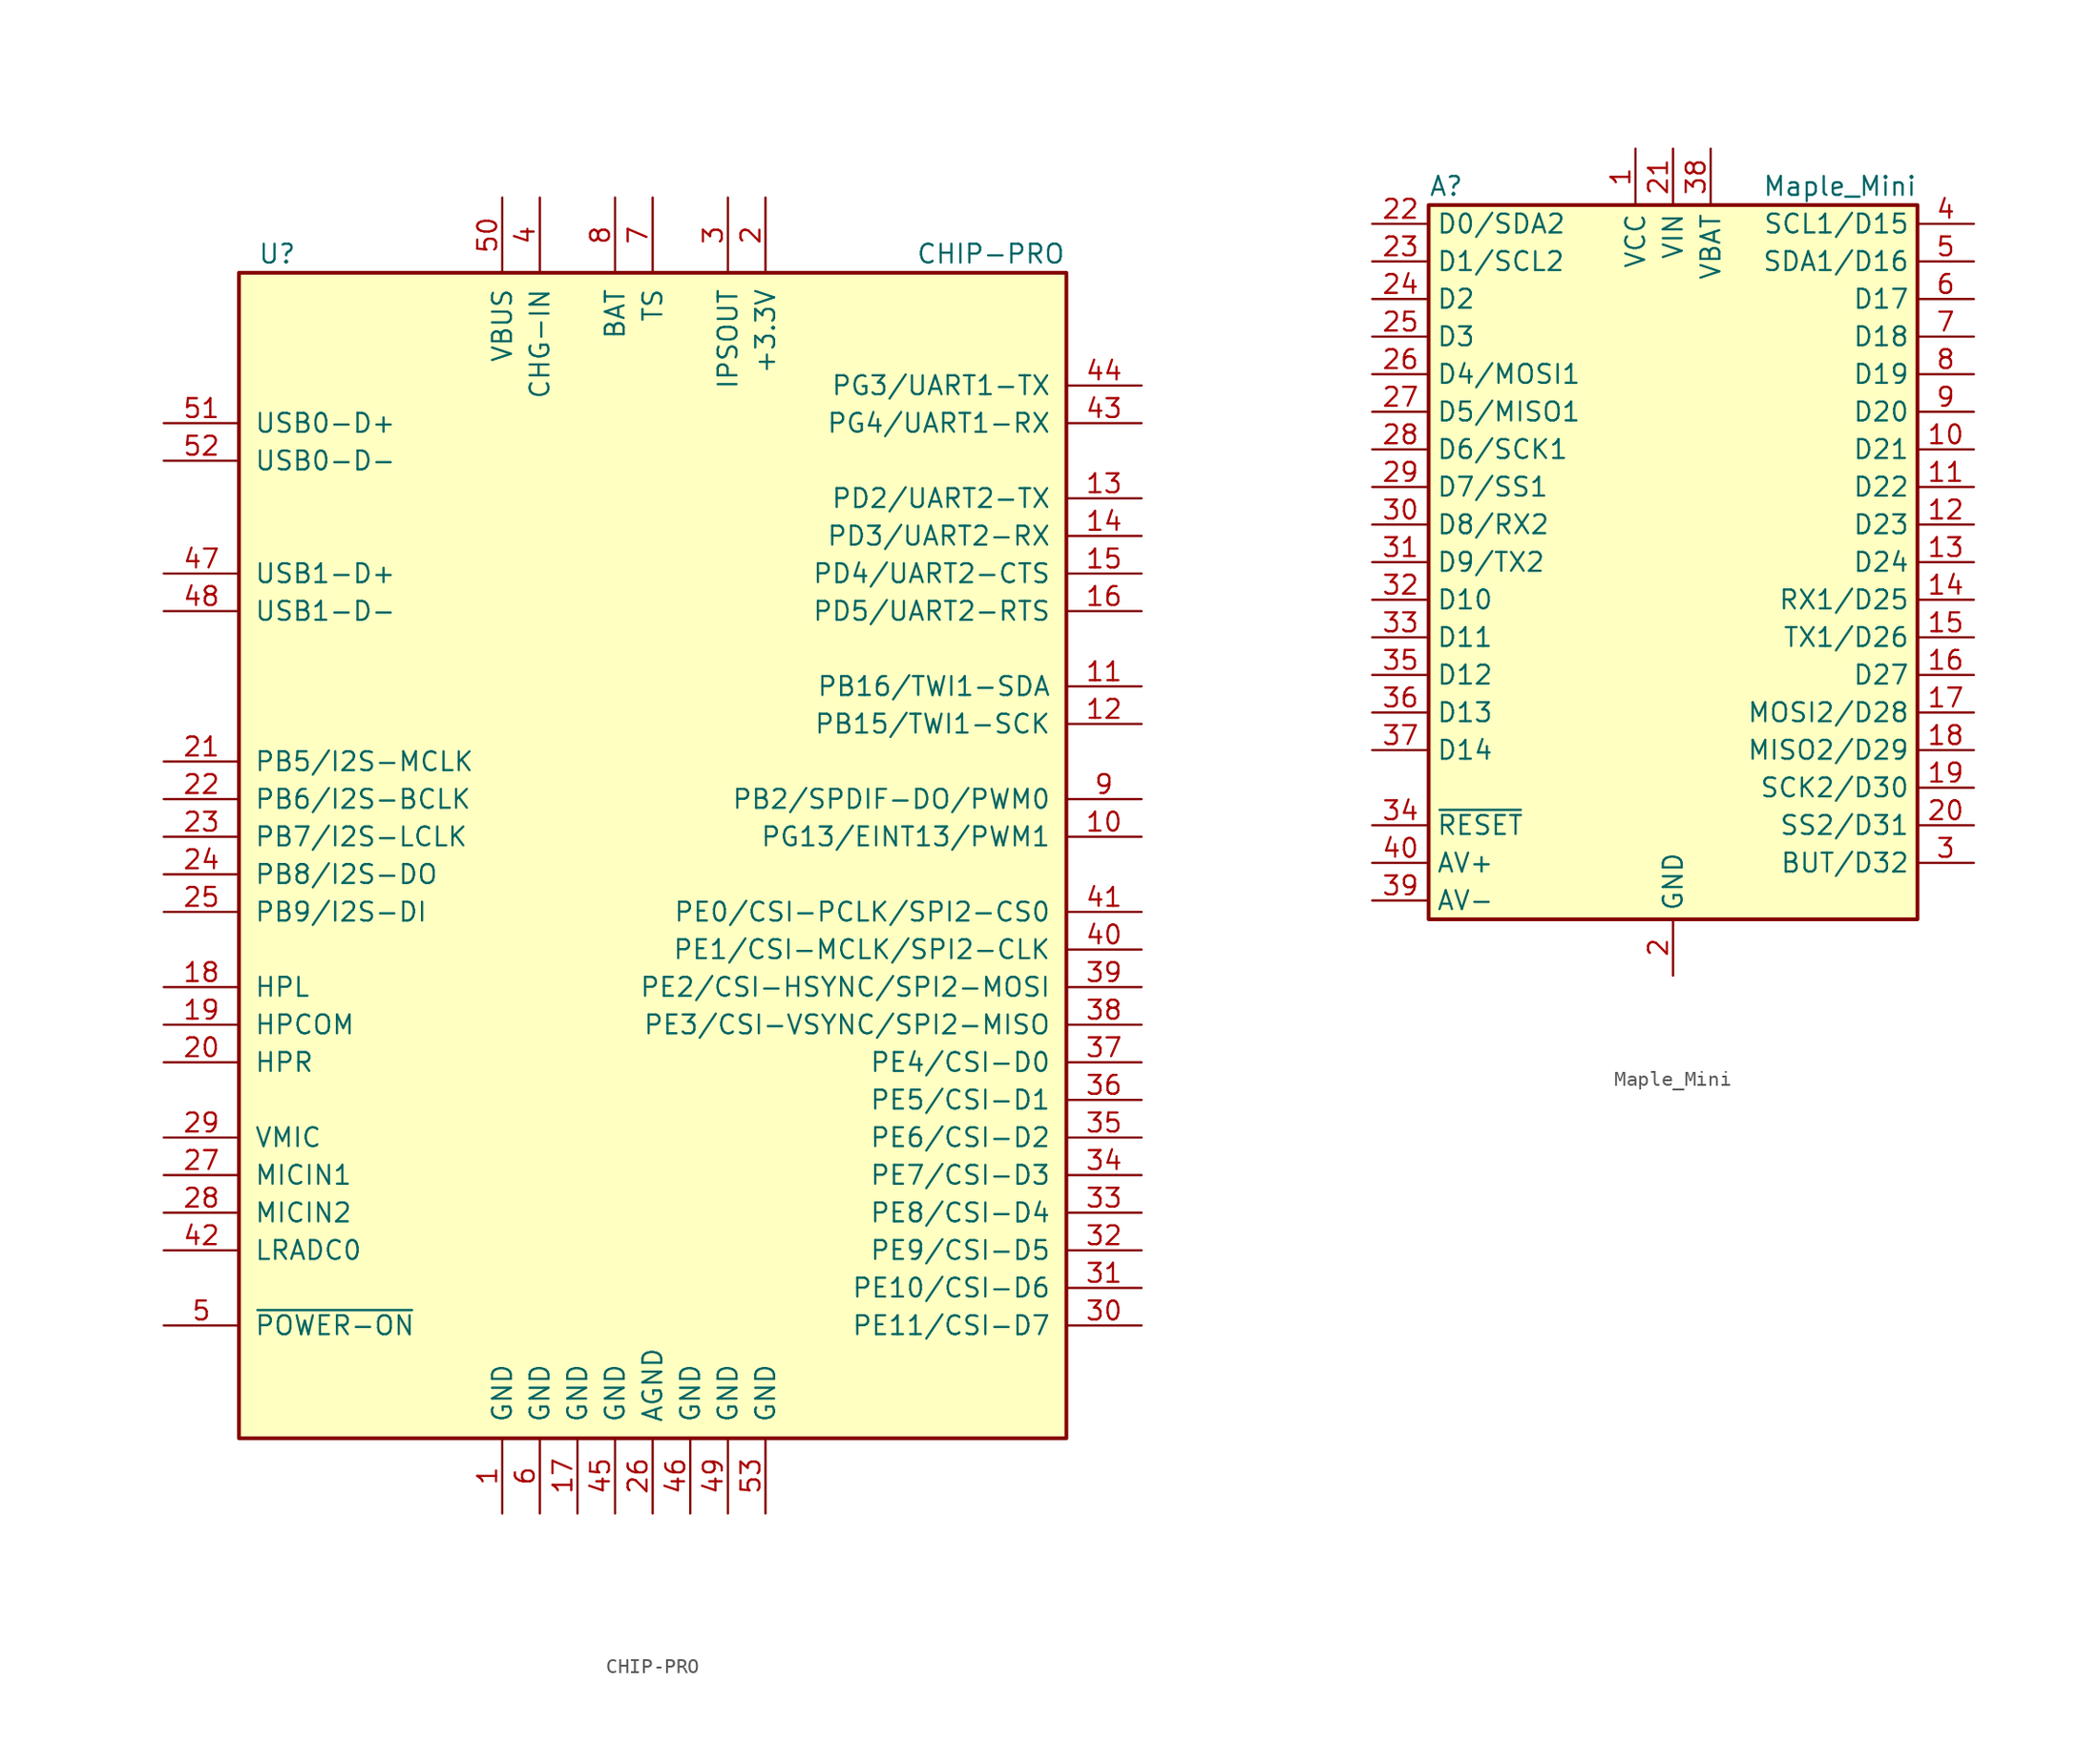
<source format=kicad_sym>
(kicad_symbol_lib
  (version 20201005)
  (generator kicad_symbol_editor)
  (symbol "MCU_Module:CHIP-PRO"
    (pin_names
      (offset 1.016))
    (property "Reference" "U"
      (at -26.67 39.37 0)
      (effects (font (size 1.27 1.27)) (justify left)))
    (property "Value" "CHIP-PRO"
      (at 17.78 39.37 0)
      (effects (font (size 1.27 1.27)) (justify left)))
    (symbol "CHIP-PRO_0_1"
      (rectangle (start -27.94 38.1) (end 27.94 -40.64) (stroke (width 0.254)) (fill (type background))))
    (symbol "CHIP-PRO_1_1"
      (pin power_in line (at -10.16 -45.72 90) (length 5.08) (name "GND" (effects (font (size 1.27 1.27)))) (number "1" (effects (font (size 1.27 1.27)))))
      (pin bidirectional line (at 33.02 0 180) (length 5.08) (name "PG13/EINT13/PWM1" (effects (font (size 1.27 1.27)))) (number "10" (effects (font (size 1.27 1.27)))))
      (pin bidirectional line (at 33.02 10.16 180) (length 5.08) (name "PB16/TWI1-SDA" (effects (font (size 1.27 1.27)))) (number "11" (effects (font (size 1.27 1.27)))))
      (pin bidirectional line (at 33.02 7.62 180) (length 5.08) (name "PB15/TWI1-SCK" (effects (font (size 1.27 1.27)))) (number "12" (effects (font (size 1.27 1.27)))))
      (pin bidirectional line (at 33.02 22.86 180) (length 5.08) (name "PD2/UART2-TX" (effects (font (size 1.27 1.27)))) (number "13" (effects (font (size 1.27 1.27)))))
      (pin bidirectional line (at 33.02 20.32 180) (length 5.08) (name "PD3/UART2-RX" (effects (font (size 1.27 1.27)))) (number "14" (effects (font (size 1.27 1.27)))))
      (pin bidirectional line (at 33.02 17.78 180) (length 5.08) (name "PD4/UART2-CTS" (effects (font (size 1.27 1.27)))) (number "15" (effects (font (size 1.27 1.27)))))
      (pin bidirectional line (at 33.02 15.24 180) (length 5.08) (name "PD5/UART2-RTS" (effects (font (size 1.27 1.27)))) (number "16" (effects (font (size 1.27 1.27)))))
      (pin power_in line (at -5.08 -45.72 90) (length 5.08) (name "GND" (effects (font (size 1.27 1.27)))) (number "17" (effects (font (size 1.27 1.27)))))
      (pin output line (at -33.02 -10.16 0) (length 5.08) (name "HPL" (effects (font (size 1.27 1.27)))) (number "18" (effects (font (size 1.27 1.27)))))
      (pin output line (at -33.02 -12.7 0) (length 5.08) (name "HPCOM" (effects (font (size 1.27 1.27)))) (number "19" (effects (font (size 1.27 1.27)))))
      (pin power_out line (at 7.62 43.18 270) (length 5.08) (name "+3.3V" (effects (font (size 1.27 1.27)))) (number "2" (effects (font (size 1.27 1.27)))))
      (pin output line (at -33.02 -15.24 0) (length 5.08) (name "HPR" (effects (font (size 1.27 1.27)))) (number "20" (effects (font (size 1.27 1.27)))))
      (pin bidirectional line (at -33.02 5.08 0) (length 5.08) (name "PB5/I2S-MCLK" (effects (font (size 1.27 1.27)))) (number "21" (effects (font (size 1.27 1.27)))))
      (pin bidirectional line (at -33.02 2.54 0) (length 5.08) (name "PB6/I2S-BCLK" (effects (font (size 1.27 1.27)))) (number "22" (effects (font (size 1.27 1.27)))))
      (pin bidirectional line (at -33.02 0 0) (length 5.08) (name "PB7/I2S-LCLK" (effects (font (size 1.27 1.27)))) (number "23" (effects (font (size 1.27 1.27)))))
      (pin bidirectional line (at -33.02 -2.54 0) (length 5.08) (name "PB8/I2S-DO" (effects (font (size 1.27 1.27)))) (number "24" (effects (font (size 1.27 1.27)))))
      (pin bidirectional line (at -33.02 -5.08 0) (length 5.08) (name "PB9/I2S-DI" (effects (font (size 1.27 1.27)))) (number "25" (effects (font (size 1.27 1.27)))))
      (pin power_in line (at 0 -45.72 90) (length 5.08) (name "AGND" (effects (font (size 1.27 1.27)))) (number "26" (effects (font (size 1.27 1.27)))))
      (pin input line (at -33.02 -22.86 0) (length 5.08) (name "MICIN1" (effects (font (size 1.27 1.27)))) (number "27" (effects (font (size 1.27 1.27)))))
      (pin input line (at -33.02 -25.4 0) (length 5.08) (name "MICIN2" (effects (font (size 1.27 1.27)))) (number "28" (effects (font (size 1.27 1.27)))))
      (pin unspecified line (at -33.02 -20.32 0) (length 5.08) (name "VMIC" (effects (font (size 1.27 1.27)))) (number "29" (effects (font (size 1.27 1.27)))))
      (pin power_out line (at 5.08 43.18 270) (length 5.08) (name "IPSOUT" (effects (font (size 1.27 1.27)))) (number "3" (effects (font (size 1.27 1.27)))))
      (pin bidirectional line (at 33.02 -33.02 180) (length 5.08) (name "PE11/CSI-D7" (effects (font (size 1.27 1.27)))) (number "30" (effects (font (size 1.27 1.27)))))
      (pin bidirectional line (at 33.02 -30.48 180) (length 5.08) (name "PE10/CSI-D6" (effects (font (size 1.27 1.27)))) (number "31" (effects (font (size 1.27 1.27)))))
      (pin bidirectional line (at 33.02 -27.94 180) (length 5.08) (name "PE9/CSI-D5" (effects (font (size 1.27 1.27)))) (number "32" (effects (font (size 1.27 1.27)))))
      (pin bidirectional line (at 33.02 -25.4 180) (length 5.08) (name "PE8/CSI-D4" (effects (font (size 1.27 1.27)))) (number "33" (effects (font (size 1.27 1.27)))))
      (pin bidirectional line (at 33.02 -22.86 180) (length 5.08) (name "PE7/CSI-D3" (effects (font (size 1.27 1.27)))) (number "34" (effects (font (size 1.27 1.27)))))
      (pin bidirectional line (at 33.02 -20.32 180) (length 5.08) (name "PE6/CSI-D2" (effects (font (size 1.27 1.27)))) (number "35" (effects (font (size 1.27 1.27)))))
      (pin bidirectional line (at 33.02 -17.78 180) (length 5.08) (name "PE5/CSI-D1" (effects (font (size 1.27 1.27)))) (number "36" (effects (font (size 1.27 1.27)))))
      (pin bidirectional line (at 33.02 -15.24 180) (length 5.08) (name "PE4/CSI-D0" (effects (font (size 1.27 1.27)))) (number "37" (effects (font (size 1.27 1.27)))))
      (pin bidirectional line (at 33.02 -12.7 180) (length 5.08) (name "PE3/CSI-VSYNC/SPI2-MISO" (effects (font (size 1.27 1.27)))) (number "38" (effects (font (size 1.27 1.27)))))
      (pin bidirectional line (at 33.02 -10.16 180) (length 5.08) (name "PE2/CSI-HSYNC/SPI2-MOSI" (effects (font (size 1.27 1.27)))) (number "39" (effects (font (size 1.27 1.27)))))
      (pin power_in line (at -7.62 43.18 270) (length 5.08) (name "CHG-IN" (effects (font (size 1.27 1.27)))) (number "4" (effects (font (size 1.27 1.27)))))
      (pin bidirectional line (at 33.02 -7.62 180) (length 5.08) (name "PE1/CSI-MCLK/SPI2-CLK" (effects (font (size 1.27 1.27)))) (number "40" (effects (font (size 1.27 1.27)))))
      (pin bidirectional line (at 33.02 -5.08 180) (length 5.08) (name "PE0/CSI-PCLK/SPI2-CS0" (effects (font (size 1.27 1.27)))) (number "41" (effects (font (size 1.27 1.27)))))
      (pin power_out line (at -33.02 -27.94 0) (length 5.08) (name "LRADC0" (effects (font (size 1.27 1.27)))) (number "42" (effects (font (size 1.27 1.27)))))
      (pin input line (at 33.02 27.94 180) (length 5.08) (name "PG4/UART1-RX" (effects (font (size 1.27 1.27)))) (number "43" (effects (font (size 1.27 1.27)))))
      (pin bidirectional line (at 33.02 30.48 180) (length 5.08) (name "PG3/UART1-TX" (effects (font (size 1.27 1.27)))) (number "44" (effects (font (size 1.27 1.27)))))
      (pin power_in line (at -2.54 -45.72 90) (length 5.08) (name "GND" (effects (font (size 1.27 1.27)))) (number "45" (effects (font (size 1.27 1.27)))))
      (pin power_in line (at 2.54 -45.72 90) (length 5.08) (name "GND" (effects (font (size 1.27 1.27)))) (number "46" (effects (font (size 1.27 1.27)))))
      (pin bidirectional line (at -33.02 17.78 0) (length 5.08) (name "USB1-D+" (effects (font (size 1.27 1.27)))) (number "47" (effects (font (size 1.27 1.27)))))
      (pin bidirectional line (at -33.02 15.24 0) (length 5.08) (name "USB1-D-" (effects (font (size 1.27 1.27)))) (number "48" (effects (font (size 1.27 1.27)))))
      (pin power_in line (at 5.08 -45.72 90) (length 5.08) (name "GND" (effects (font (size 1.27 1.27)))) (number "49" (effects (font (size 1.27 1.27)))))
      (pin input line (at -33.02 -33.02 0) (length 5.08) (name "~POWER-ON" (effects (font (size 1.27 1.27)))) (number "5" (effects (font (size 1.27 1.27)))))
      (pin power_in line (at -10.16 43.18 270) (length 5.08) (name "VBUS" (effects (font (size 1.27 1.27)))) (number "50" (effects (font (size 1.27 1.27)))))
      (pin bidirectional line (at -33.02 27.94 0) (length 5.08) (name "USB0-D+" (effects (font (size 1.27 1.27)))) (number "51" (effects (font (size 1.27 1.27)))))
      (pin bidirectional line (at -33.02 25.4 0) (length 5.08) (name "USB0-D-" (effects (font (size 1.27 1.27)))) (number "52" (effects (font (size 1.27 1.27)))))
      (pin power_in line (at 7.62 -45.72 90) (length 5.08) (name "GND" (effects (font (size 1.27 1.27)))) (number "53" (effects (font (size 1.27 1.27)))))
      (pin power_in line (at -7.62 -45.72 90) (length 5.08) (name "GND" (effects (font (size 1.27 1.27)))) (number "6" (effects (font (size 1.27 1.27)))))
      (pin input line (at 0 43.18 270) (length 5.08) (name "TS" (effects (font (size 1.27 1.27)))) (number "7" (effects (font (size 1.27 1.27)))))
      (pin power_in line (at -2.54 43.18 270) (length 5.08) (name "BAT" (effects (font (size 1.27 1.27)))) (number "8" (effects (font (size 1.27 1.27)))))
      (pin bidirectional line (at 33.02 2.54 180) (length 5.08) (name "PB2/SPDIF-DO/PWM0" (effects (font (size 1.27 1.27)))) (number "9" (effects (font (size 1.27 1.27)))))))
  (symbol "MCU_Module:Maple_Mini"
    (property "Reference" "A"
      (at -16.51 25.4 0)
      (effects (font (size 1.27 1.27)) (justify left)))
    (property "Value" "Maple_Mini"
      (at 16.51 25.4 0)
      (effects (font (size 1.27 1.27)) (justify right)))
    (symbol "Maple_Mini_0_1"
      (rectangle (start -16.51 24.13) (end 16.51 -24.13) (stroke (width 0.254)) (fill (type background))))
    (symbol "Maple_Mini_1_1"
      (pin power_in line (at -2.54 27.94 270) (length 3.81) (name "VCC" (effects (font (size 1.27 1.27)))) (number "1" (effects (font (size 1.27 1.27)))))
      (pin bidirectional line (at 20.32 7.62 180) (length 3.81) (name "D21" (effects (font (size 1.27 1.27)))) (number "10" (effects (font (size 1.27 1.27)))))
      (pin bidirectional line (at 20.32 5.08 180) (length 3.81) (name "D22" (effects (font (size 1.27 1.27)))) (number "11" (effects (font (size 1.27 1.27)))))
      (pin bidirectional line (at 20.32 2.54 180) (length 3.81) (name "D23" (effects (font (size 1.27 1.27)))) (number "12" (effects (font (size 1.27 1.27)))))
      (pin bidirectional line (at 20.32 0 180) (length 3.81) (name "D24" (effects (font (size 1.27 1.27)))) (number "13" (effects (font (size 1.27 1.27)))))
      (pin bidirectional line (at 20.32 -2.54 180) (length 3.81) (name "RX1/D25" (effects (font (size 1.27 1.27)))) (number "14" (effects (font (size 1.27 1.27)))))
      (pin bidirectional line (at 20.32 -5.08 180) (length 3.81) (name "TX1/D26" (effects (font (size 1.27 1.27)))) (number "15" (effects (font (size 1.27 1.27)))))
      (pin bidirectional line (at 20.32 -7.62 180) (length 3.81) (name "D27" (effects (font (size 1.27 1.27)))) (number "16" (effects (font (size 1.27 1.27)))))
      (pin bidirectional line (at 20.32 -10.16 180) (length 3.81) (name "MOSI2/D28" (effects (font (size 1.27 1.27)))) (number "17" (effects (font (size 1.27 1.27)))))
      (pin bidirectional line (at 20.32 -12.7 180) (length 3.81) (name "MISO2/D29" (effects (font (size 1.27 1.27)))) (number "18" (effects (font (size 1.27 1.27)))))
      (pin bidirectional line (at 20.32 -15.24 180) (length 3.81) (name "SCK2/D30" (effects (font (size 1.27 1.27)))) (number "19" (effects (font (size 1.27 1.27)))))
      (pin power_in line (at 0 -27.94 90) (length 3.81) (name "GND" (effects (font (size 1.27 1.27)))) (number "2" (effects (font (size 1.27 1.27)))))
      (pin bidirectional line (at 20.32 -17.78 180) (length 3.81) (name "SS2/D31" (effects (font (size 1.27 1.27)))) (number "20" (effects (font (size 1.27 1.27)))))
      (pin power_in line (at 0 27.94 270) (length 3.81) (name "VIN" (effects (font (size 1.27 1.27)))) (number "21" (effects (font (size 1.27 1.27)))))
      (pin bidirectional line (at -20.32 22.86 0) (length 3.81) (name "D0/SDA2" (effects (font (size 1.27 1.27)))) (number "22" (effects (font (size 1.27 1.27)))))
      (pin bidirectional line (at -20.32 20.32 0) (length 3.81) (name "D1/SCL2" (effects (font (size 1.27 1.27)))) (number "23" (effects (font (size 1.27 1.27)))))
      (pin bidirectional line (at -20.32 17.78 0) (length 3.81) (name "D2" (effects (font (size 1.27 1.27)))) (number "24" (effects (font (size 1.27 1.27)))))
      (pin bidirectional line (at -20.32 15.24 0) (length 3.81) (name "D3" (effects (font (size 1.27 1.27)))) (number "25" (effects (font (size 1.27 1.27)))))
      (pin bidirectional line (at -20.32 12.7 0) (length 3.81) (name "D4/MOSI1" (effects (font (size 1.27 1.27)))) (number "26" (effects (font (size 1.27 1.27)))))
      (pin bidirectional line (at -20.32 10.16 0) (length 3.81) (name "D5/MISO1" (effects (font (size 1.27 1.27)))) (number "27" (effects (font (size 1.27 1.27)))))
      (pin bidirectional line (at -20.32 7.62 0) (length 3.81) (name "D6/SCK1" (effects (font (size 1.27 1.27)))) (number "28" (effects (font (size 1.27 1.27)))))
      (pin bidirectional line (at -20.32 5.08 0) (length 3.81) (name "D7/SS1" (effects (font (size 1.27 1.27)))) (number "29" (effects (font (size 1.27 1.27)))))
      (pin bidirectional line (at 20.32 -20.32 180) (length 3.81) (name "BUT/D32" (effects (font (size 1.27 1.27)))) (number "3" (effects (font (size 1.27 1.27)))))
      (pin bidirectional line (at -20.32 2.54 0) (length 3.81) (name "D8/RX2" (effects (font (size 1.27 1.27)))) (number "30" (effects (font (size 1.27 1.27)))))
      (pin bidirectional line (at -20.32 0 0) (length 3.81) (name "D9/TX2" (effects (font (size 1.27 1.27)))) (number "31" (effects (font (size 1.27 1.27)))))
      (pin bidirectional line (at -20.32 -2.54 0) (length 3.81) (name "D10" (effects (font (size 1.27 1.27)))) (number "32" (effects (font (size 1.27 1.27)))))
      (pin bidirectional line (at -20.32 -5.08 0) (length 3.81) (name "D11" (effects (font (size 1.27 1.27)))) (number "33" (effects (font (size 1.27 1.27)))))
      (pin input line (at -20.32 -17.78 0) (length 3.81) (name "~RESET" (effects (font (size 1.27 1.27)))) (number "34" (effects (font (size 1.27 1.27)))))
      (pin bidirectional line (at -20.32 -7.62 0) (length 3.81) (name "D12" (effects (font (size 1.27 1.27)))) (number "35" (effects (font (size 1.27 1.27)))))
      (pin bidirectional line (at -20.32 -10.16 0) (length 3.81) (name "D13" (effects (font (size 1.27 1.27)))) (number "36" (effects (font (size 1.27 1.27)))))
      (pin bidirectional line (at -20.32 -12.7 0) (length 3.81) (name "D14" (effects (font (size 1.27 1.27)))) (number "37" (effects (font (size 1.27 1.27)))))
      (pin power_in line (at 2.54 27.94 270) (length 3.81) (name "VBAT" (effects (font (size 1.27 1.27)))) (number "38" (effects (font (size 1.27 1.27)))))
      (pin output line (at -20.32 -22.86 0) (length 3.81) (name "AV-" (effects (font (size 1.27 1.27)))) (number "39" (effects (font (size 1.27 1.27)))))
      (pin bidirectional line (at 20.32 22.86 180) (length 3.81) (name "SCL1/D15" (effects (font (size 1.27 1.27)))) (number "4" (effects (font (size 1.27 1.27)))))
      (pin output line (at -20.32 -20.32 0) (length 3.81) (name "AV+" (effects (font (size 1.27 1.27)))) (number "40" (effects (font (size 1.27 1.27)))))
      (pin bidirectional line (at 20.32 20.32 180) (length 3.81) (name "SDA1/D16" (effects (font (size 1.27 1.27)))) (number "5" (effects (font (size 1.27 1.27)))))
      (pin bidirectional line (at 20.32 17.78 180) (length 3.81) (name "D17" (effects (font (size 1.27 1.27)))) (number "6" (effects (font (size 1.27 1.27)))))
      (pin bidirectional line (at 20.32 15.24 180) (length 3.81) (name "D18" (effects (font (size 1.27 1.27)))) (number "7" (effects (font (size 1.27 1.27)))))
      (pin bidirectional line (at 20.32 12.7 180) (length 3.81) (name "D19" (effects (font (size 1.27 1.27)))) (number "8" (effects (font (size 1.27 1.27)))))
      (pin bidirectional line (at 20.32 10.16 180) (length 3.81) (name "D20" (effects (font (size 1.27 1.27)))) (number "9" (effects (font (size 1.27 1.27))))))))
</source>
